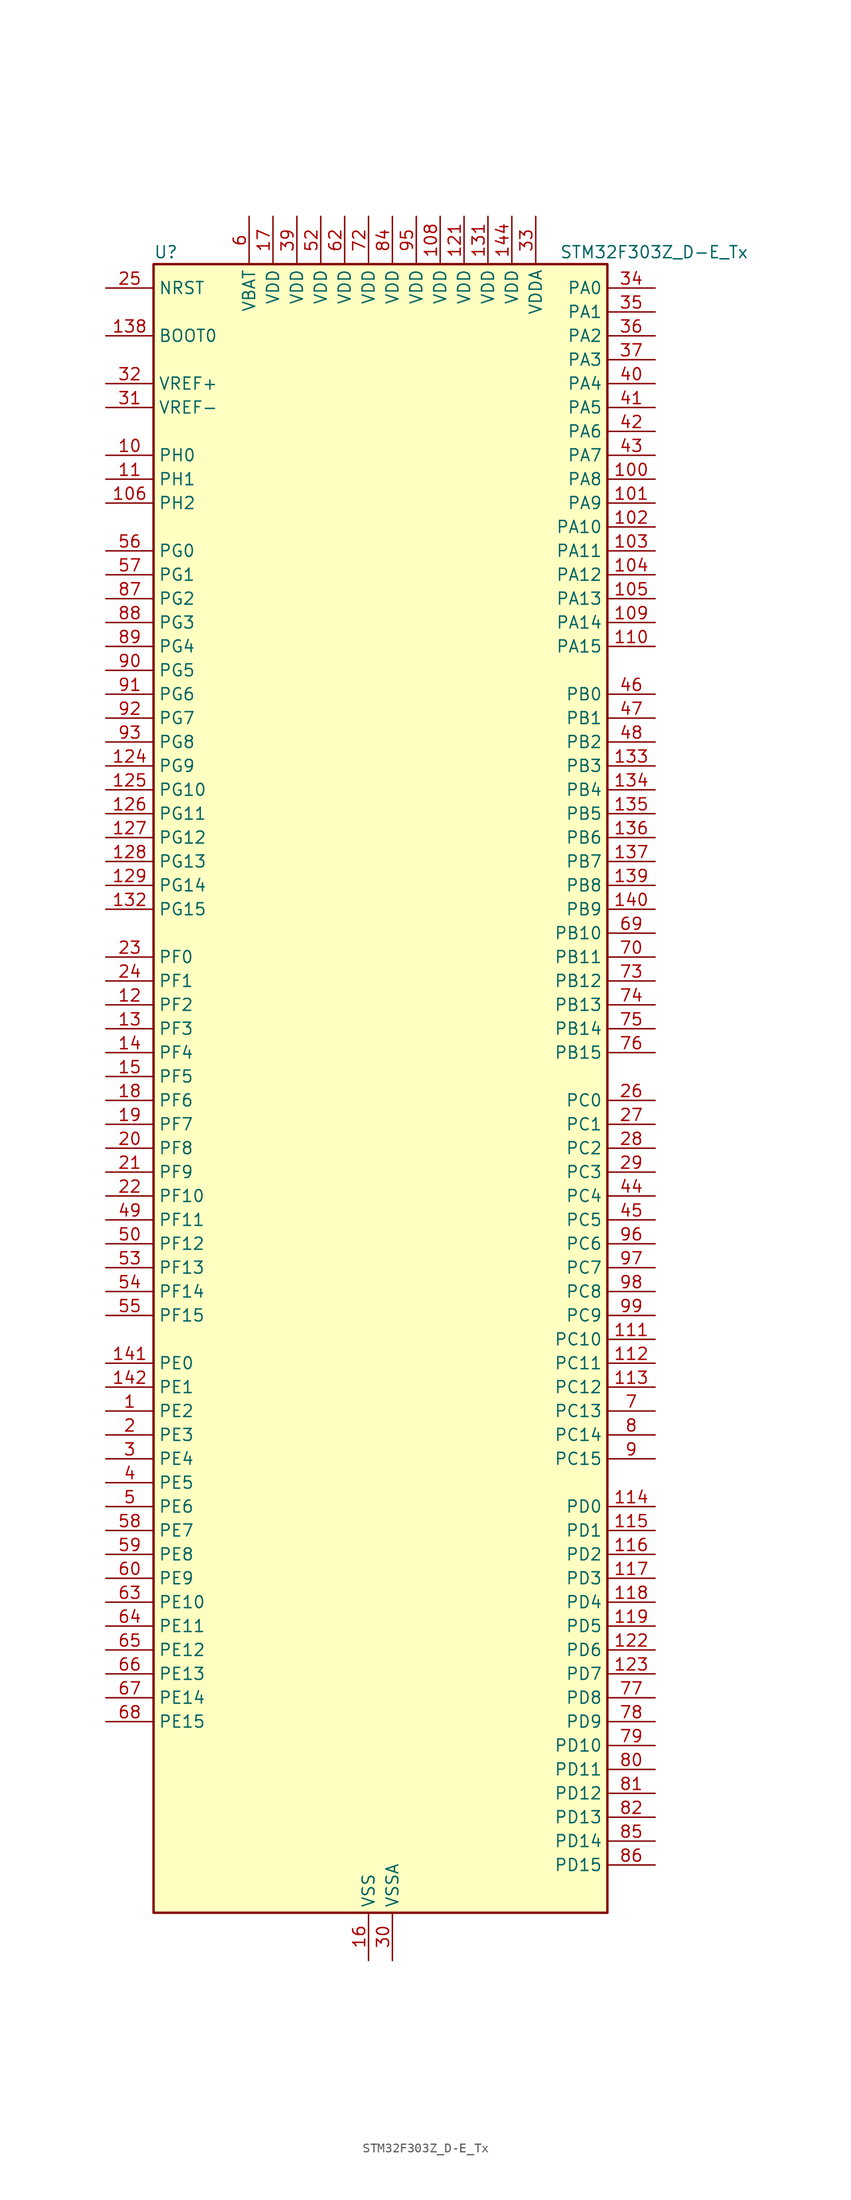
<source format=kicad_sym>
(kicad_symbol_lib
  (version 20220914)
  (generator kicad_symbol_editor)
  (symbol "STM32F303Z_D-E_Tx"
    (property "Reference" "U"
      (at -22.86 90.17 0)
      (effects (font (size 1.27 1.27)) (justify left)))
    (property "Value" "STM32F303Z_D-E_Tx"
      (at 20.32 90.17 0)
      (effects (font (size 1.27 1.27)) (justify left)))
    (property "ki_locked" ""
      (at 0 0 0)
      (effects (font (size 1.27 1.27))))
    (symbol "STM32F303Z_D-E_Tx_0_1"
      (rectangle (start -22.86 -86.36) (end 25.4 88.9) (stroke (width 0.254) (type default)) (fill (type background))))
    (symbol "STM32F303Z_D-E_Tx_1_1"
      (pin bidirectional line (at -27.94 -33.02 0) (length 5.08) (name "PE2" (effects (font (size 1.27 1.27)))) (number "1" (effects (font (size 1.27 1.27)))) (alternate "ADC3_EXTI2" bidirectional line) (alternate "ADC4_EXTI2" bidirectional line) (alternate "FMC_A23" bidirectional line) (alternate "SPI4_SCK" bidirectional line) (alternate "SYS_TRACECK" bidirectional line) (alternate "TIM20_CH1" bidirectional line) (alternate "TIM3_CH1" bidirectional line) (alternate "TSC_G7_IO1" bidirectional line))
      (pin bidirectional line (at -27.94 68.58 0) (length 5.08) (name "PH0" (effects (font (size 1.27 1.27)))) (number "10" (effects (font (size 1.27 1.27)))) (alternate "FMC_A0" bidirectional line) (alternate "TIM20_CH1" bidirectional line))
      (pin bidirectional line (at 30.48 66.04 180) (length 5.08) (name "PA8" (effects (font (size 1.27 1.27)))) (number "100" (effects (font (size 1.27 1.27)))) (alternate "COMP3_OUT" bidirectional line) (alternate "I2C2_SMBA" bidirectional line) (alternate "I2C3_SCL" bidirectional line) (alternate "I2S2_MCK" bidirectional line) (alternate "RCC_MCO" bidirectional line) (alternate "TIM1_CH1" bidirectional line) (alternate "TIM4_ETR" bidirectional line) (alternate "USART1_CK" bidirectional line))
      (pin bidirectional line (at 30.48 63.5 180) (length 5.08) (name "PA9" (effects (font (size 1.27 1.27)))) (number "101" (effects (font (size 1.27 1.27)))) (alternate "COMP5_OUT" bidirectional line) (alternate "DAC1_EXTI9" bidirectional line) (alternate "I2C2_SCL" bidirectional line) (alternate "I2C3_SMBA" bidirectional line) (alternate "I2S3_MCK" bidirectional line) (alternate "TIM15_BKIN" bidirectional line) (alternate "TIM1_CH2" bidirectional line) (alternate "TIM2_CH3" bidirectional line) (alternate "TSC_G4_IO1" bidirectional line) (alternate "USART1_TX" bidirectional line))
      (pin bidirectional line (at 30.48 60.96 180) (length 5.08) (name "PA10" (effects (font (size 1.27 1.27)))) (number "102" (effects (font (size 1.27 1.27)))) (alternate "COMP6_OUT" bidirectional line) (alternate "I2C2_SDA" bidirectional line) (alternate "I2S2_ext_SD" bidirectional line) (alternate "SPI2_MISO" bidirectional line) (alternate "TIM17_BKIN" bidirectional line) (alternate "TIM1_CH3" bidirectional line) (alternate "TIM2_CH4" bidirectional line) (alternate "TIM8_BKIN" bidirectional line) (alternate "TSC_G4_IO2" bidirectional line) (alternate "USART1_RX" bidirectional line))
      (pin bidirectional line (at 30.48 58.42 180) (length 5.08) (name "PA11" (effects (font (size 1.27 1.27)))) (number "103" (effects (font (size 1.27 1.27)))) (alternate "ADC1_EXTI11" bidirectional line) (alternate "ADC2_EXTI11" bidirectional line) (alternate "CAN_RX" bidirectional line) (alternate "COMP1_OUT" bidirectional line) (alternate "I2S2_SD" bidirectional line) (alternate "SPI2_MOSI" bidirectional line) (alternate "TIM1_BKIN2" bidirectional line) (alternate "TIM1_CH1N" bidirectional line) (alternate "TIM1_CH4" bidirectional line) (alternate "TIM4_CH1" bidirectional line) (alternate "USART1_CTS" bidirectional line) (alternate "USB_DM" bidirectional line))
      (pin bidirectional line (at 30.48 55.88 180) (length 5.08) (name "PA12" (effects (font (size 1.27 1.27)))) (number "104" (effects (font (size 1.27 1.27)))) (alternate "CAN_TX" bidirectional line) (alternate "COMP2_OUT" bidirectional line) (alternate "I2S_CKIN" bidirectional line) (alternate "TIM16_CH1" bidirectional line) (alternate "TIM1_CH2N" bidirectional line) (alternate "TIM1_ETR" bidirectional line) (alternate "TIM4_CH2" bidirectional line) (alternate "USART1_DE" bidirectional line) (alternate "USART1_RTS" bidirectional line) (alternate "USB_DP" bidirectional line))
      (pin bidirectional line (at 30.48 53.34 180) (length 5.08) (name "PA13" (effects (font (size 1.27 1.27)))) (number "105" (effects (font (size 1.27 1.27)))) (alternate "IR_OUT" bidirectional line) (alternate "SYS_JTMS-SWDIO" bidirectional line) (alternate "TIM16_CH1N" bidirectional line) (alternate "TIM4_CH3" bidirectional line) (alternate "TSC_G4_IO3" bidirectional line) (alternate "USART3_CTS" bidirectional line))
      (pin bidirectional line (at -27.94 63.5 0) (length 5.08) (name "PH2" (effects (font (size 1.27 1.27)))) (number "106" (effects (font (size 1.27 1.27)))) (alternate "ADC3_EXTI2" bidirectional line) (alternate "ADC4_EXTI2" bidirectional line))
      (pin passive line (at 0 -91.44 90) (length 5.08) hide (name "VSS" (effects (font (size 1.27 1.27)))) (number "107" (effects (font (size 1.27 1.27)))))
      (pin power_in line (at 7.62 93.98 270) (length 5.08) (name "VDD" (effects (font (size 1.27 1.27)))) (number "108" (effects (font (size 1.27 1.27)))))
      (pin bidirectional line (at 30.48 50.8 180) (length 5.08) (name "PA14" (effects (font (size 1.27 1.27)))) (number "109" (effects (font (size 1.27 1.27)))) (alternate "I2C1_SDA" bidirectional line) (alternate "SYS_JTCK-SWCLK" bidirectional line) (alternate "TIM1_BKIN" bidirectional line) (alternate "TIM8_CH2" bidirectional line) (alternate "TSC_G4_IO4" bidirectional line) (alternate "USART2_TX" bidirectional line))
      (pin bidirectional line (at -27.94 66.04 0) (length 5.08) (name "PH1" (effects (font (size 1.27 1.27)))) (number "11" (effects (font (size 1.27 1.27)))) (alternate "FMC_A1" bidirectional line) (alternate "TIM20_CH2" bidirectional line))
      (pin bidirectional line (at 30.48 48.26 180) (length 5.08) (name "PA15" (effects (font (size 1.27 1.27)))) (number "110" (effects (font (size 1.27 1.27)))) (alternate "ADC1_EXTI15" bidirectional line) (alternate "ADC2_EXTI15" bidirectional line) (alternate "ADC3_EXTI15" bidirectional line) (alternate "ADC4_EXTI15" bidirectional line) (alternate "I2C1_SCL" bidirectional line) (alternate "I2S3_WS" bidirectional line) (alternate "SPI1_NSS" bidirectional line) (alternate "SPI3_NSS" bidirectional line) (alternate "SYS_JTDI" bidirectional line) (alternate "TIM1_BKIN" bidirectional line) (alternate "TIM2_CH1" bidirectional line) (alternate "TIM2_ETR" bidirectional line) (alternate "TIM8_CH1" bidirectional line) (alternate "TSC_SYNC" bidirectional line) (alternate "USART2_RX" bidirectional line))
      (pin bidirectional line (at 30.48 -25.4 180) (length 5.08) (name "PC10" (effects (font (size 1.27 1.27)))) (number "111" (effects (font (size 1.27 1.27)))) (alternate "I2S3_CK" bidirectional line) (alternate "SPI3_SCK" bidirectional line) (alternate "TIM8_CH1N" bidirectional line) (alternate "UART4_TX" bidirectional line) (alternate "USART3_TX" bidirectional line))
      (pin bidirectional line (at 30.48 -27.94 180) (length 5.08) (name "PC11" (effects (font (size 1.27 1.27)))) (number "112" (effects (font (size 1.27 1.27)))) (alternate "ADC1_EXTI11" bidirectional line) (alternate "ADC2_EXTI11" bidirectional line) (alternate "I2S3_ext_SD" bidirectional line) (alternate "SPI3_MISO" bidirectional line) (alternate "TIM8_CH2N" bidirectional line) (alternate "UART4_RX" bidirectional line) (alternate "USART3_RX" bidirectional line))
      (pin bidirectional line (at 30.48 -30.48 180) (length 5.08) (name "PC12" (effects (font (size 1.27 1.27)))) (number "113" (effects (font (size 1.27 1.27)))) (alternate "I2S3_SD" bidirectional line) (alternate "SPI3_MOSI" bidirectional line) (alternate "TIM8_CH3N" bidirectional line) (alternate "UART5_TX" bidirectional line) (alternate "USART3_CK" bidirectional line))
      (pin bidirectional line (at 30.48 -43.18 180) (length 5.08) (name "PD0" (effects (font (size 1.27 1.27)))) (number "114" (effects (font (size 1.27 1.27)))) (alternate "CAN_RX" bidirectional line) (alternate "FMC_D2" bidirectional line) (alternate "FMC_DA2" bidirectional line))
      (pin bidirectional line (at 30.48 -45.72 180) (length 5.08) (name "PD1" (effects (font (size 1.27 1.27)))) (number "115" (effects (font (size 1.27 1.27)))) (alternate "CAN_TX" bidirectional line) (alternate "FMC_D3" bidirectional line) (alternate "FMC_DA3" bidirectional line) (alternate "TIM8_BKIN2" bidirectional line) (alternate "TIM8_CH4" bidirectional line))
      (pin bidirectional line (at 30.48 -48.26 180) (length 5.08) (name "PD2" (effects (font (size 1.27 1.27)))) (number "116" (effects (font (size 1.27 1.27)))) (alternate "ADC3_EXTI2" bidirectional line) (alternate "ADC4_EXTI2" bidirectional line) (alternate "TIM3_ETR" bidirectional line) (alternate "TIM8_BKIN" bidirectional line) (alternate "UART5_RX" bidirectional line))
      (pin bidirectional line (at 30.48 -50.8 180) (length 5.08) (name "PD3" (effects (font (size 1.27 1.27)))) (number "117" (effects (font (size 1.27 1.27)))) (alternate "FMC_CLK" bidirectional line) (alternate "TIM2_CH1" bidirectional line) (alternate "TIM2_ETR" bidirectional line) (alternate "USART2_CTS" bidirectional line))
      (pin bidirectional line (at 30.48 -53.34 180) (length 5.08) (name "PD4" (effects (font (size 1.27 1.27)))) (number "118" (effects (font (size 1.27 1.27)))) (alternate "FMC_NOE" bidirectional line) (alternate "TIM2_CH2" bidirectional line) (alternate "USART2_DE" bidirectional line) (alternate "USART2_RTS" bidirectional line))
      (pin bidirectional line (at 30.48 -55.88 180) (length 5.08) (name "PD5" (effects (font (size 1.27 1.27)))) (number "119" (effects (font (size 1.27 1.27)))) (alternate "FMC_NWE" bidirectional line) (alternate "USART2_TX" bidirectional line))
      (pin bidirectional line (at -27.94 10.16 0) (length 5.08) (name "PF2" (effects (font (size 1.27 1.27)))) (number "12" (effects (font (size 1.27 1.27)))) (alternate "ADC1_IN10" bidirectional line) (alternate "ADC2_IN10" bidirectional line) (alternate "ADC3_EXTI2" bidirectional line) (alternate "ADC4_EXTI2" bidirectional line) (alternate "FMC_A2" bidirectional line) (alternate "TIM20_CH3" bidirectional line))
      (pin passive line (at 0 -91.44 90) (length 5.08) hide (name "VSS" (effects (font (size 1.27 1.27)))) (number "120" (effects (font (size 1.27 1.27)))))
      (pin power_in line (at 10.16 93.98 270) (length 5.08) (name "VDD" (effects (font (size 1.27 1.27)))) (number "121" (effects (font (size 1.27 1.27)))))
      (pin bidirectional line (at 30.48 -58.42 180) (length 5.08) (name "PD6" (effects (font (size 1.27 1.27)))) (number "122" (effects (font (size 1.27 1.27)))) (alternate "FMC_NWAIT" bidirectional line) (alternate "TIM2_CH4" bidirectional line) (alternate "USART2_RX" bidirectional line))
      (pin bidirectional line (at 30.48 -60.96 180) (length 5.08) (name "PD7" (effects (font (size 1.27 1.27)))) (number "123" (effects (font (size 1.27 1.27)))) (alternate "FMC_NCE2" bidirectional line) (alternate "FMC_NE1" bidirectional line) (alternate "TIM2_CH3" bidirectional line) (alternate "USART2_CK" bidirectional line))
      (pin bidirectional line (at -27.94 35.56 0) (length 5.08) (name "PG9" (effects (font (size 1.27 1.27)))) (number "124" (effects (font (size 1.27 1.27)))) (alternate "DAC1_EXTI9" bidirectional line) (alternate "FMC_NCE3" bidirectional line) (alternate "FMC_NE2" bidirectional line))
      (pin bidirectional line (at -27.94 33.02 0) (length 5.08) (name "PG10" (effects (font (size 1.27 1.27)))) (number "125" (effects (font (size 1.27 1.27)))) (alternate "FMC_NCE4_1" bidirectional line) (alternate "FMC_NE3" bidirectional line))
      (pin bidirectional line (at -27.94 30.48 0) (length 5.08) (name "PG11" (effects (font (size 1.27 1.27)))) (number "126" (effects (font (size 1.27 1.27)))) (alternate "ADC1_EXTI11" bidirectional line) (alternate "ADC2_EXTI11" bidirectional line) (alternate "FMC_NCE4_2" bidirectional line))
      (pin bidirectional line (at -27.94 27.94 0) (length 5.08) (name "PG12" (effects (font (size 1.27 1.27)))) (number "127" (effects (font (size 1.27 1.27)))) (alternate "FMC_NE4" bidirectional line))
      (pin bidirectional line (at -27.94 25.4 0) (length 5.08) (name "PG13" (effects (font (size 1.27 1.27)))) (number "128" (effects (font (size 1.27 1.27)))) (alternate "FMC_A24" bidirectional line))
      (pin bidirectional line (at -27.94 22.86 0) (length 5.08) (name "PG14" (effects (font (size 1.27 1.27)))) (number "129" (effects (font (size 1.27 1.27)))) (alternate "FMC_A25" bidirectional line))
      (pin bidirectional line (at -27.94 7.62 0) (length 5.08) (name "PF3" (effects (font (size 1.27 1.27)))) (number "13" (effects (font (size 1.27 1.27)))) (alternate "FMC_A3" bidirectional line) (alternate "TIM20_CH4" bidirectional line))
      (pin passive line (at 0 -91.44 90) (length 5.08) hide (name "VSS" (effects (font (size 1.27 1.27)))) (number "130" (effects (font (size 1.27 1.27)))))
      (pin power_in line (at 12.7 93.98 270) (length 5.08) (name "VDD" (effects (font (size 1.27 1.27)))) (number "131" (effects (font (size 1.27 1.27)))))
      (pin bidirectional line (at -27.94 20.32 0) (length 5.08) (name "PG15" (effects (font (size 1.27 1.27)))) (number "132" (effects (font (size 1.27 1.27)))) (alternate "ADC1_EXTI15" bidirectional line) (alternate "ADC2_EXTI15" bidirectional line) (alternate "ADC3_EXTI15" bidirectional line) (alternate "ADC4_EXTI15" bidirectional line))
      (pin bidirectional line (at 30.48 35.56 180) (length 5.08) (name "PB3" (effects (font (size 1.27 1.27)))) (number "133" (effects (font (size 1.27 1.27)))) (alternate "I2S3_CK" bidirectional line) (alternate "SPI1_SCK" bidirectional line) (alternate "SPI3_SCK" bidirectional line) (alternate "SYS_JTDO-TRACESWO" bidirectional line) (alternate "TIM2_CH2" bidirectional line) (alternate "TIM3_ETR" bidirectional line) (alternate "TIM4_ETR" bidirectional line) (alternate "TIM8_CH1N" bidirectional line) (alternate "TSC_G5_IO1" bidirectional line) (alternate "USART2_TX" bidirectional line))
      (pin bidirectional line (at 30.48 33.02 180) (length 5.08) (name "PB4" (effects (font (size 1.27 1.27)))) (number "134" (effects (font (size 1.27 1.27)))) (alternate "I2S3_ext_SD" bidirectional line) (alternate "SPI1_MISO" bidirectional line) (alternate "SPI3_MISO" bidirectional line) (alternate "SYS_NJTRST" bidirectional line) (alternate "TIM16_CH1" bidirectional line) (alternate "TIM17_BKIN" bidirectional line) (alternate "TIM3_CH1" bidirectional line) (alternate "TIM8_CH2N" bidirectional line) (alternate "TSC_G5_IO2" bidirectional line) (alternate "USART2_RX" bidirectional line))
      (pin bidirectional line (at 30.48 30.48 180) (length 5.08) (name "PB5" (effects (font (size 1.27 1.27)))) (number "135" (effects (font (size 1.27 1.27)))) (alternate "I2C1_SMBA" bidirectional line) (alternate "I2C3_SDA" bidirectional line) (alternate "I2S3_SD" bidirectional line) (alternate "SPI1_MOSI" bidirectional line) (alternate "SPI3_MOSI" bidirectional line) (alternate "TIM16_BKIN" bidirectional line) (alternate "TIM17_CH1" bidirectional line) (alternate "TIM3_CH2" bidirectional line) (alternate "TIM8_CH3N" bidirectional line) (alternate "USART2_CK" bidirectional line))
      (pin bidirectional line (at 30.48 27.94 180) (length 5.08) (name "PB6" (effects (font (size 1.27 1.27)))) (number "136" (effects (font (size 1.27 1.27)))) (alternate "I2C1_SCL" bidirectional line) (alternate "TIM16_CH1N" bidirectional line) (alternate "TIM4_CH1" bidirectional line) (alternate "TIM8_BKIN2" bidirectional line) (alternate "TIM8_CH1" bidirectional line) (alternate "TIM8_ETR" bidirectional line) (alternate "TSC_G5_IO3" bidirectional line) (alternate "USART1_TX" bidirectional line))
      (pin bidirectional line (at 30.48 25.4 180) (length 5.08) (name "PB7" (effects (font (size 1.27 1.27)))) (number "137" (effects (font (size 1.27 1.27)))) (alternate "FMC_NL" bidirectional line) (alternate "I2C1_SDA" bidirectional line) (alternate "TIM17_CH1N" bidirectional line) (alternate "TIM3_CH4" bidirectional line) (alternate "TIM4_CH2" bidirectional line) (alternate "TIM8_BKIN" bidirectional line) (alternate "TSC_G5_IO4" bidirectional line) (alternate "USART1_RX" bidirectional line))
      (pin input line (at -27.94 81.28 0) (length 5.08) (name "BOOT0" (effects (font (size 1.27 1.27)))) (number "138" (effects (font (size 1.27 1.27)))))
      (pin bidirectional line (at 30.48 22.86 180) (length 5.08) (name "PB8" (effects (font (size 1.27 1.27)))) (number "139" (effects (font (size 1.27 1.27)))) (alternate "CAN_RX" bidirectional line) (alternate "COMP1_OUT" bidirectional line) (alternate "I2C1_SCL" bidirectional line) (alternate "TIM16_CH1" bidirectional line) (alternate "TIM1_BKIN" bidirectional line) (alternate "TIM4_CH3" bidirectional line) (alternate "TIM8_CH2" bidirectional line) (alternate "TSC_SYNC" bidirectional line) (alternate "USART3_RX" bidirectional line))
      (pin bidirectional line (at -27.94 5.08 0) (length 5.08) (name "PF4" (effects (font (size 1.27 1.27)))) (number "14" (effects (font (size 1.27 1.27)))) (alternate "ADC1_IN5" bidirectional line) (alternate "COMP1_OUT" bidirectional line) (alternate "FMC_A4" bidirectional line) (alternate "TIM20_CH1N" bidirectional line))
      (pin bidirectional line (at 30.48 20.32 180) (length 5.08) (name "PB9" (effects (font (size 1.27 1.27)))) (number "140" (effects (font (size 1.27 1.27)))) (alternate "CAN_TX" bidirectional line) (alternate "COMP2_OUT" bidirectional line) (alternate "DAC1_EXTI9" bidirectional line) (alternate "I2C1_SDA" bidirectional line) (alternate "IR_OUT" bidirectional line) (alternate "TIM17_CH1" bidirectional line) (alternate "TIM4_CH4" bidirectional line) (alternate "TIM8_CH3" bidirectional line) (alternate "USART3_TX" bidirectional line))
      (pin bidirectional line (at -27.94 -27.94 0) (length 5.08) (name "PE0" (effects (font (size 1.27 1.27)))) (number "141" (effects (font (size 1.27 1.27)))) (alternate "FMC_NBL0" bidirectional line) (alternate "TIM16_CH1" bidirectional line) (alternate "TIM20_ETR" bidirectional line) (alternate "TIM4_ETR" bidirectional line) (alternate "USART1_TX" bidirectional line))
      (pin bidirectional line (at -27.94 -30.48 0) (length 5.08) (name "PE1" (effects (font (size 1.27 1.27)))) (number "142" (effects (font (size 1.27 1.27)))) (alternate "FMC_NBL1" bidirectional line) (alternate "TIM17_CH1" bidirectional line) (alternate "TIM20_CH4" bidirectional line) (alternate "USART1_RX" bidirectional line))
      (pin passive line (at 0 -91.44 90) (length 5.08) hide (name "VSS" (effects (font (size 1.27 1.27)))) (number "143" (effects (font (size 1.27 1.27)))))
      (pin power_in line (at 15.24 93.98 270) (length 5.08) (name "VDD" (effects (font (size 1.27 1.27)))) (number "144" (effects (font (size 1.27 1.27)))))
      (pin bidirectional line (at -27.94 2.54 0) (length 5.08) (name "PF5" (effects (font (size 1.27 1.27)))) (number "15" (effects (font (size 1.27 1.27)))) (alternate "FMC_A5" bidirectional line) (alternate "TIM20_CH2N" bidirectional line))
      (pin power_in line (at 0 -91.44 90) (length 5.08) (name "VSS" (effects (font (size 1.27 1.27)))) (number "16" (effects (font (size 1.27 1.27)))))
      (pin power_in line (at -10.16 93.98 270) (length 5.08) (name "VDD" (effects (font (size 1.27 1.27)))) (number "17" (effects (font (size 1.27 1.27)))))
      (pin bidirectional line (at -27.94 0 0) (length 5.08) (name "PF6" (effects (font (size 1.27 1.27)))) (number "18" (effects (font (size 1.27 1.27)))) (alternate "FMC_NIORD" bidirectional line) (alternate "I2C2_SCL" bidirectional line) (alternate "TIM4_CH4" bidirectional line) (alternate "USART3_DE" bidirectional line) (alternate "USART3_RTS" bidirectional line))
      (pin bidirectional line (at -27.94 -2.54 0) (length 5.08) (name "PF7" (effects (font (size 1.27 1.27)))) (number "19" (effects (font (size 1.27 1.27)))) (alternate "FMC_NREG" bidirectional line) (alternate "TIM20_BKIN" bidirectional line))
      (pin bidirectional line (at -27.94 -35.56 0) (length 5.08) (name "PE3" (effects (font (size 1.27 1.27)))) (number "2" (effects (font (size 1.27 1.27)))) (alternate "FMC_A19" bidirectional line) (alternate "SPI4_NSS" bidirectional line) (alternate "SYS_TRACED0" bidirectional line) (alternate "TIM20_CH2" bidirectional line) (alternate "TIM3_CH2" bidirectional line) (alternate "TSC_G7_IO2" bidirectional line))
      (pin bidirectional line (at -27.94 -5.08 0) (length 5.08) (name "PF8" (effects (font (size 1.27 1.27)))) (number "20" (effects (font (size 1.27 1.27)))) (alternate "FMC_NIOWR" bidirectional line) (alternate "TIM20_BKIN2" bidirectional line))
      (pin bidirectional line (at -27.94 -7.62 0) (length 5.08) (name "PF9" (effects (font (size 1.27 1.27)))) (number "21" (effects (font (size 1.27 1.27)))) (alternate "DAC1_EXTI9" bidirectional line) (alternate "FMC_CD" bidirectional line) (alternate "SPI2_SCK" bidirectional line) (alternate "TIM15_CH1" bidirectional line) (alternate "TIM20_BKIN" bidirectional line))
      (pin bidirectional line (at -27.94 -10.16 0) (length 5.08) (name "PF10" (effects (font (size 1.27 1.27)))) (number "22" (effects (font (size 1.27 1.27)))) (alternate "FMC_INTR" bidirectional line) (alternate "SPI2_SCK" bidirectional line) (alternate "TIM15_CH2" bidirectional line) (alternate "TIM20_BKIN2" bidirectional line))
      (pin bidirectional line (at -27.94 15.24 0) (length 5.08) (name "PF0" (effects (font (size 1.27 1.27)))) (number "23" (effects (font (size 1.27 1.27)))) (alternate "I2C2_SDA" bidirectional line) (alternate "I2S2_WS" bidirectional line) (alternate "RCC_OSC_IN" bidirectional line) (alternate "SPI2_NSS" bidirectional line) (alternate "TIM1_CH3N" bidirectional line))
      (pin bidirectional line (at -27.94 12.7 0) (length 5.08) (name "PF1" (effects (font (size 1.27 1.27)))) (number "24" (effects (font (size 1.27 1.27)))) (alternate "I2C2_SCL" bidirectional line) (alternate "I2S2_CK" bidirectional line) (alternate "RCC_OSC_OUT" bidirectional line) (alternate "SPI2_SCK" bidirectional line))
      (pin input line (at -27.94 86.36 0) (length 5.08) (name "NRST" (effects (font (size 1.27 1.27)))) (number "25" (effects (font (size 1.27 1.27)))))
      (pin bidirectional line (at 30.48 0 180) (length 5.08) (name "PC0" (effects (font (size 1.27 1.27)))) (number "26" (effects (font (size 1.27 1.27)))) (alternate "ADC1_IN6" bidirectional line) (alternate "ADC2_IN6" bidirectional line) (alternate "COMP7_INM" bidirectional line) (alternate "TIM1_CH1" bidirectional line))
      (pin bidirectional line (at 30.48 -2.54 180) (length 5.08) (name "PC1" (effects (font (size 1.27 1.27)))) (number "27" (effects (font (size 1.27 1.27)))) (alternate "ADC1_IN7" bidirectional line) (alternate "ADC2_IN7" bidirectional line) (alternate "COMP7_INP" bidirectional line) (alternate "TIM1_CH2" bidirectional line))
      (pin bidirectional line (at 30.48 -5.08 180) (length 5.08) (name "PC2" (effects (font (size 1.27 1.27)))) (number "28" (effects (font (size 1.27 1.27)))) (alternate "ADC1_IN8" bidirectional line) (alternate "ADC2_IN8" bidirectional line) (alternate "ADC3_EXTI2" bidirectional line) (alternate "ADC4_EXTI2" bidirectional line) (alternate "COMP7_OUT" bidirectional line) (alternate "TIM1_CH3" bidirectional line))
      (pin bidirectional line (at 30.48 -7.62 180) (length 5.08) (name "PC3" (effects (font (size 1.27 1.27)))) (number "29" (effects (font (size 1.27 1.27)))) (alternate "ADC1_IN9" bidirectional line) (alternate "ADC2_IN9" bidirectional line) (alternate "TIM1_BKIN2" bidirectional line) (alternate "TIM1_CH4" bidirectional line))
      (pin bidirectional line (at -27.94 -38.1 0) (length 5.08) (name "PE4" (effects (font (size 1.27 1.27)))) (number "3" (effects (font (size 1.27 1.27)))) (alternate "FMC_A20" bidirectional line) (alternate "SPI4_NSS" bidirectional line) (alternate "SYS_TRACED1" bidirectional line) (alternate "TIM20_CH1N" bidirectional line) (alternate "TIM3_CH3" bidirectional line) (alternate "TSC_G7_IO3" bidirectional line))
      (pin power_in line (at 2.54 -91.44 90) (length 5.08) (name "VSSA" (effects (font (size 1.27 1.27)))) (number "30" (effects (font (size 1.27 1.27)))))
      (pin input line (at -27.94 73.66 0) (length 5.08) (name "VREF-" (effects (font (size 1.27 1.27)))) (number "31" (effects (font (size 1.27 1.27)))))
      (pin input line (at -27.94 76.2 0) (length 5.08) (name "VREF+" (effects (font (size 1.27 1.27)))) (number "32" (effects (font (size 1.27 1.27)))))
      (pin power_in line (at 17.78 93.98 270) (length 5.08) (name "VDDA" (effects (font (size 1.27 1.27)))) (number "33" (effects (font (size 1.27 1.27)))))
      (pin bidirectional line (at 30.48 86.36 180) (length 5.08) (name "PA0" (effects (font (size 1.27 1.27)))) (number "34" (effects (font (size 1.27 1.27)))) (alternate "ADC1_IN1" bidirectional line) (alternate "COMP1_INM" bidirectional line) (alternate "COMP1_OUT" bidirectional line) (alternate "RTC_TAMP2" bidirectional line) (alternate "SYS_WKUP1" bidirectional line) (alternate "TIM2_CH1" bidirectional line) (alternate "TIM2_ETR" bidirectional line) (alternate "TIM8_BKIN" bidirectional line) (alternate "TIM8_ETR" bidirectional line) (alternate "TSC_G1_IO1" bidirectional line) (alternate "USART2_CTS" bidirectional line))
      (pin bidirectional line (at 30.48 83.82 180) (length 5.08) (name "PA1" (effects (font (size 1.27 1.27)))) (number "35" (effects (font (size 1.27 1.27)))) (alternate "ADC1_IN2" bidirectional line) (alternate "COMP1_INP" bidirectional line) (alternate "OPAMP1_VINP" bidirectional line) (alternate "OPAMP1_VINP_SEC" bidirectional line) (alternate "OPAMP3_VINP" bidirectional line) (alternate "OPAMP3_VINP_SEC" bidirectional line) (alternate "RTC_REFIN" bidirectional line) (alternate "TIM15_CH1N" bidirectional line) (alternate "TIM2_CH2" bidirectional line) (alternate "TSC_G1_IO2" bidirectional line) (alternate "USART2_DE" bidirectional line) (alternate "USART2_RTS" bidirectional line))
      (pin bidirectional line (at 30.48 81.28 180) (length 5.08) (name "PA2" (effects (font (size 1.27 1.27)))) (number "36" (effects (font (size 1.27 1.27)))) (alternate "ADC1_IN3" bidirectional line) (alternate "ADC3_EXTI2" bidirectional line) (alternate "ADC4_EXTI2" bidirectional line) (alternate "COMP2_INM" bidirectional line) (alternate "COMP2_OUT" bidirectional line) (alternate "OPAMP1_VOUT" bidirectional line) (alternate "TIM15_CH1" bidirectional line) (alternate "TIM2_CH3" bidirectional line) (alternate "TSC_G1_IO3" bidirectional line) (alternate "USART2_TX" bidirectional line))
      (pin bidirectional line (at 30.48 78.74 180) (length 5.08) (name "PA3" (effects (font (size 1.27 1.27)))) (number "37" (effects (font (size 1.27 1.27)))) (alternate "ADC1_IN4" bidirectional line) (alternate "OPAMP1_VINM" bidirectional line) (alternate "OPAMP1_VINM_SEC" bidirectional line) (alternate "OPAMP1_VINP" bidirectional line) (alternate "OPAMP1_VINP_SEC" bidirectional line) (alternate "TIM15_CH2" bidirectional line) (alternate "TIM2_CH4" bidirectional line) (alternate "TSC_G1_IO4" bidirectional line) (alternate "USART2_RX" bidirectional line))
      (pin passive line (at 0 -91.44 90) (length 5.08) hide (name "VSS" (effects (font (size 1.27 1.27)))) (number "38" (effects (font (size 1.27 1.27)))))
      (pin power_in line (at -7.62 93.98 270) (length 5.08) (name "VDD" (effects (font (size 1.27 1.27)))) (number "39" (effects (font (size 1.27 1.27)))))
      (pin bidirectional line (at -27.94 -40.64 0) (length 5.08) (name "PE5" (effects (font (size 1.27 1.27)))) (number "4" (effects (font (size 1.27 1.27)))) (alternate "FMC_A21" bidirectional line) (alternate "SPI4_MISO" bidirectional line) (alternate "SYS_TRACED2" bidirectional line) (alternate "TIM20_CH2N" bidirectional line) (alternate "TIM3_CH4" bidirectional line) (alternate "TSC_G7_IO4" bidirectional line))
      (pin bidirectional line (at 30.48 76.2 180) (length 5.08) (name "PA4" (effects (font (size 1.27 1.27)))) (number "40" (effects (font (size 1.27 1.27)))) (alternate "ADC2_IN1" bidirectional line) (alternate "COMP1_INM" bidirectional line) (alternate "COMP2_INM" bidirectional line) (alternate "COMP3_INM" bidirectional line) (alternate "COMP4_INM" bidirectional line) (alternate "COMP5_INM" bidirectional line) (alternate "COMP6_INM" bidirectional line) (alternate "COMP7_INM" bidirectional line) (alternate "DAC1_OUT1" bidirectional line) (alternate "I2S3_WS" bidirectional line) (alternate "OPAMP4_VINP" bidirectional line) (alternate "OPAMP4_VINP_SEC" bidirectional line) (alternate "SPI1_NSS" bidirectional line) (alternate "SPI3_NSS" bidirectional line) (alternate "TIM3_CH2" bidirectional line) (alternate "TSC_G2_IO1" bidirectional line) (alternate "USART2_CK" bidirectional line))
      (pin bidirectional line (at 30.48 73.66 180) (length 5.08) (name "PA5" (effects (font (size 1.27 1.27)))) (number "41" (effects (font (size 1.27 1.27)))) (alternate "ADC2_IN2" bidirectional line) (alternate "COMP1_INM" bidirectional line) (alternate "COMP2_INM" bidirectional line) (alternate "COMP3_INM" bidirectional line) (alternate "COMP4_INM" bidirectional line) (alternate "COMP5_INM" bidirectional line) (alternate "COMP6_INM" bidirectional line) (alternate "COMP7_INM" bidirectional line) (alternate "DAC1_OUT2" bidirectional line) (alternate "OPAMP1_VINP" bidirectional line) (alternate "OPAMP1_VINP_SEC" bidirectional line) (alternate "OPAMP2_VINM" bidirectional line) (alternate "OPAMP2_VINM_SEC" bidirectional line) (alternate "OPAMP3_VINP" bidirectional line) (alternate "OPAMP3_VINP_SEC" bidirectional line) (alternate "SPI1_SCK" bidirectional line) (alternate "TIM2_CH1" bidirectional line) (alternate "TIM2_ETR" bidirectional line) (alternate "TSC_G2_IO2" bidirectional line))
      (pin bidirectional line (at 30.48 71.12 180) (length 5.08) (name "PA6" (effects (font (size 1.27 1.27)))) (number "42" (effects (font (size 1.27 1.27)))) (alternate "ADC2_IN3" bidirectional line) (alternate "COMP1_OUT" bidirectional line) (alternate "OPAMP2_VOUT" bidirectional line) (alternate "SPI1_MISO" bidirectional line) (alternate "TIM16_CH1" bidirectional line) (alternate "TIM1_BKIN" bidirectional line) (alternate "TIM3_CH1" bidirectional line) (alternate "TIM8_BKIN" bidirectional line) (alternate "TSC_G2_IO3" bidirectional line))
      (pin bidirectional line (at 30.48 68.58 180) (length 5.08) (name "PA7" (effects (font (size 1.27 1.27)))) (number "43" (effects (font (size 1.27 1.27)))) (alternate "ADC2_IN4" bidirectional line) (alternate "COMP2_INP" bidirectional line) (alternate "OPAMP1_VINP" bidirectional line) (alternate "OPAMP1_VINP_SEC" bidirectional line) (alternate "OPAMP2_VINP" bidirectional line) (alternate "OPAMP2_VINP_SEC" bidirectional line) (alternate "SPI1_MOSI" bidirectional line) (alternate "TIM17_CH1" bidirectional line) (alternate "TIM1_CH1N" bidirectional line) (alternate "TIM3_CH2" bidirectional line) (alternate "TIM8_CH1N" bidirectional line) (alternate "TSC_G2_IO4" bidirectional line))
      (pin bidirectional line (at 30.48 -10.16 180) (length 5.08) (name "PC4" (effects (font (size 1.27 1.27)))) (number "44" (effects (font (size 1.27 1.27)))) (alternate "ADC2_IN5" bidirectional line) (alternate "TIM1_ETR" bidirectional line) (alternate "USART1_TX" bidirectional line))
      (pin bidirectional line (at 30.48 -12.7 180) (length 5.08) (name "PC5" (effects (font (size 1.27 1.27)))) (number "45" (effects (font (size 1.27 1.27)))) (alternate "ADC2_IN11" bidirectional line) (alternate "OPAMP1_VINM" bidirectional line) (alternate "OPAMP1_VINM_SEC" bidirectional line) (alternate "OPAMP2_VINM" bidirectional line) (alternate "OPAMP2_VINM_SEC" bidirectional line) (alternate "TIM15_BKIN" bidirectional line) (alternate "TSC_G3_IO1" bidirectional line) (alternate "USART1_RX" bidirectional line))
      (pin bidirectional line (at 30.48 43.18 180) (length 5.08) (name "PB0" (effects (font (size 1.27 1.27)))) (number "46" (effects (font (size 1.27 1.27)))) (alternate "ADC3_IN12" bidirectional line) (alternate "COMP4_INP" bidirectional line) (alternate "OPAMP2_VINP" bidirectional line) (alternate "OPAMP2_VINP_SEC" bidirectional line) (alternate "OPAMP3_VINP" bidirectional line) (alternate "OPAMP3_VINP_SEC" bidirectional line) (alternate "TIM1_CH2N" bidirectional line) (alternate "TIM3_CH3" bidirectional line) (alternate "TIM8_CH2N" bidirectional line) (alternate "TSC_G3_IO2" bidirectional line))
      (pin bidirectional line (at 30.48 40.64 180) (length 5.08) (name "PB1" (effects (font (size 1.27 1.27)))) (number "47" (effects (font (size 1.27 1.27)))) (alternate "ADC3_IN1" bidirectional line) (alternate "COMP4_OUT" bidirectional line) (alternate "OPAMP3_VOUT" bidirectional line) (alternate "TIM1_CH3N" bidirectional line) (alternate "TIM3_CH4" bidirectional line) (alternate "TIM8_CH3N" bidirectional line) (alternate "TSC_G3_IO3" bidirectional line))
      (pin bidirectional line (at 30.48 38.1 180) (length 5.08) (name "PB2" (effects (font (size 1.27 1.27)))) (number "48" (effects (font (size 1.27 1.27)))) (alternate "ADC2_IN12" bidirectional line) (alternate "ADC3_EXTI2" bidirectional line) (alternate "ADC4_EXTI2" bidirectional line) (alternate "COMP4_INM" bidirectional line) (alternate "OPAMP3_VINM" bidirectional line) (alternate "OPAMP3_VINM_SEC" bidirectional line) (alternate "TSC_G3_IO4" bidirectional line))
      (pin bidirectional line (at -27.94 -12.7 0) (length 5.08) (name "PF11" (effects (font (size 1.27 1.27)))) (number "49" (effects (font (size 1.27 1.27)))) (alternate "ADC1_EXTI11" bidirectional line) (alternate "ADC2_EXTI11" bidirectional line) (alternate "TIM20_ETR" bidirectional line))
      (pin bidirectional line (at -27.94 -43.18 0) (length 5.08) (name "PE6" (effects (font (size 1.27 1.27)))) (number "5" (effects (font (size 1.27 1.27)))) (alternate "FMC_A22" bidirectional line) (alternate "RTC_TAMP3" bidirectional line) (alternate "SPI4_MOSI" bidirectional line) (alternate "SYS_TRACED3" bidirectional line) (alternate "SYS_WKUP3" bidirectional line) (alternate "TIM20_CH3N" bidirectional line))
      (pin bidirectional line (at -27.94 -15.24 0) (length 5.08) (name "PF12" (effects (font (size 1.27 1.27)))) (number "50" (effects (font (size 1.27 1.27)))) (alternate "FMC_A6" bidirectional line) (alternate "TIM20_CH1" bidirectional line))
      (pin passive line (at 0 -91.44 90) (length 5.08) hide (name "VSS" (effects (font (size 1.27 1.27)))) (number "51" (effects (font (size 1.27 1.27)))))
      (pin power_in line (at -5.08 93.98 270) (length 5.08) (name "VDD" (effects (font (size 1.27 1.27)))) (number "52" (effects (font (size 1.27 1.27)))))
      (pin bidirectional line (at -27.94 -17.78 0) (length 5.08) (name "PF13" (effects (font (size 1.27 1.27)))) (number "53" (effects (font (size 1.27 1.27)))) (alternate "FMC_A7" bidirectional line) (alternate "TIM20_CH2" bidirectional line))
      (pin bidirectional line (at -27.94 -20.32 0) (length 5.08) (name "PF14" (effects (font (size 1.27 1.27)))) (number "54" (effects (font (size 1.27 1.27)))) (alternate "FMC_A8" bidirectional line) (alternate "TIM20_CH3" bidirectional line))
      (pin bidirectional line (at -27.94 -22.86 0) (length 5.08) (name "PF15" (effects (font (size 1.27 1.27)))) (number "55" (effects (font (size 1.27 1.27)))) (alternate "ADC1_EXTI15" bidirectional line) (alternate "ADC2_EXTI15" bidirectional line) (alternate "ADC3_EXTI15" bidirectional line) (alternate "ADC4_EXTI15" bidirectional line) (alternate "FMC_A9" bidirectional line) (alternate "TIM20_CH4" bidirectional line))
      (pin bidirectional line (at -27.94 58.42 0) (length 5.08) (name "PG0" (effects (font (size 1.27 1.27)))) (number "56" (effects (font (size 1.27 1.27)))) (alternate "FMC_A10" bidirectional line) (alternate "TIM20_CH1N" bidirectional line))
      (pin bidirectional line (at -27.94 55.88 0) (length 5.08) (name "PG1" (effects (font (size 1.27 1.27)))) (number "57" (effects (font (size 1.27 1.27)))) (alternate "FMC_A11" bidirectional line) (alternate "TIM20_CH2N" bidirectional line))
      (pin bidirectional line (at -27.94 -45.72 0) (length 5.08) (name "PE7" (effects (font (size 1.27 1.27)))) (number "58" (effects (font (size 1.27 1.27)))) (alternate "ADC3_IN13" bidirectional line) (alternate "FMC_D4" bidirectional line) (alternate "FMC_DA4" bidirectional line) (alternate "TIM1_ETR" bidirectional line))
      (pin bidirectional line (at -27.94 -48.26 0) (length 5.08) (name "PE8" (effects (font (size 1.27 1.27)))) (number "59" (effects (font (size 1.27 1.27)))) (alternate "ADC3_IN6" bidirectional line) (alternate "ADC4_IN6" bidirectional line) (alternate "COMP4_INM" bidirectional line) (alternate "FMC_D5" bidirectional line) (alternate "FMC_DA5" bidirectional line) (alternate "TIM1_CH1N" bidirectional line))
      (pin power_in line (at -12.7 93.98 270) (length 5.08) (name "VBAT" (effects (font (size 1.27 1.27)))) (number "6" (effects (font (size 1.27 1.27)))))
      (pin bidirectional line (at -27.94 -50.8 0) (length 5.08) (name "PE9" (effects (font (size 1.27 1.27)))) (number "60" (effects (font (size 1.27 1.27)))) (alternate "ADC3_IN2" bidirectional line) (alternate "DAC1_EXTI9" bidirectional line) (alternate "FMC_D6" bidirectional line) (alternate "FMC_DA6" bidirectional line) (alternate "TIM1_CH1" bidirectional line))
      (pin passive line (at 0 -91.44 90) (length 5.08) hide (name "VSS" (effects (font (size 1.27 1.27)))) (number "61" (effects (font (size 1.27 1.27)))))
      (pin power_in line (at -2.54 93.98 270) (length 5.08) (name "VDD" (effects (font (size 1.27 1.27)))) (number "62" (effects (font (size 1.27 1.27)))))
      (pin bidirectional line (at -27.94 -53.34 0) (length 5.08) (name "PE10" (effects (font (size 1.27 1.27)))) (number "63" (effects (font (size 1.27 1.27)))) (alternate "ADC3_IN14" bidirectional line) (alternate "FMC_D7" bidirectional line) (alternate "FMC_DA7" bidirectional line) (alternate "TIM1_CH2N" bidirectional line))
      (pin bidirectional line (at -27.94 -55.88 0) (length 5.08) (name "PE11" (effects (font (size 1.27 1.27)))) (number "64" (effects (font (size 1.27 1.27)))) (alternate "ADC1_EXTI11" bidirectional line) (alternate "ADC2_EXTI11" bidirectional line) (alternate "ADC3_IN15" bidirectional line) (alternate "FMC_D8" bidirectional line) (alternate "FMC_DA8" bidirectional line) (alternate "SPI4_NSS" bidirectional line) (alternate "TIM1_CH2" bidirectional line))
      (pin bidirectional line (at -27.94 -58.42 0) (length 5.08) (name "PE12" (effects (font (size 1.27 1.27)))) (number "65" (effects (font (size 1.27 1.27)))) (alternate "ADC3_IN16" bidirectional line) (alternate "FMC_D9" bidirectional line) (alternate "FMC_DA9" bidirectional line) (alternate "SPI4_SCK" bidirectional line) (alternate "TIM1_CH3N" bidirectional line))
      (pin bidirectional line (at -27.94 -60.96 0) (length 5.08) (name "PE13" (effects (font (size 1.27 1.27)))) (number "66" (effects (font (size 1.27 1.27)))) (alternate "ADC3_IN3" bidirectional line) (alternate "FMC_D10" bidirectional line) (alternate "FMC_DA10" bidirectional line) (alternate "SPI4_MISO" bidirectional line) (alternate "TIM1_CH3" bidirectional line))
      (pin bidirectional line (at -27.94 -63.5 0) (length 5.08) (name "PE14" (effects (font (size 1.27 1.27)))) (number "67" (effects (font (size 1.27 1.27)))) (alternate "ADC4_IN1" bidirectional line) (alternate "FMC_D11" bidirectional line) (alternate "FMC_DA11" bidirectional line) (alternate "SPI4_MOSI" bidirectional line) (alternate "TIM1_BKIN2" bidirectional line) (alternate "TIM1_CH4" bidirectional line))
      (pin bidirectional line (at -27.94 -66.04 0) (length 5.08) (name "PE15" (effects (font (size 1.27 1.27)))) (number "68" (effects (font (size 1.27 1.27)))) (alternate "ADC1_EXTI15" bidirectional line) (alternate "ADC2_EXTI15" bidirectional line) (alternate "ADC3_EXTI15" bidirectional line) (alternate "ADC4_EXTI15" bidirectional line) (alternate "ADC4_IN2" bidirectional line) (alternate "FMC_D12" bidirectional line) (alternate "FMC_DA12" bidirectional line) (alternate "TIM1_BKIN" bidirectional line) (alternate "USART3_RX" bidirectional line))
      (pin bidirectional line (at 30.48 17.78 180) (length 5.08) (name "PB10" (effects (font (size 1.27 1.27)))) (number "69" (effects (font (size 1.27 1.27)))) (alternate "COMP5_INM" bidirectional line) (alternate "OPAMP3_VINM" bidirectional line) (alternate "OPAMP3_VINM_SEC" bidirectional line) (alternate "OPAMP4_VINM" bidirectional line) (alternate "OPAMP4_VINM_SEC" bidirectional line) (alternate "TIM2_CH3" bidirectional line) (alternate "TSC_SYNC" bidirectional line) (alternate "USART3_TX" bidirectional line))
      (pin bidirectional line (at 30.48 -33.02 180) (length 5.08) (name "PC13" (effects (font (size 1.27 1.27)))) (number "7" (effects (font (size 1.27 1.27)))) (alternate "RTC_OUT_ALARM" bidirectional line) (alternate "RTC_OUT_CALIB" bidirectional line) (alternate "RTC_TAMP1" bidirectional line) (alternate "RTC_TS" bidirectional line) (alternate "SYS_WKUP2" bidirectional line) (alternate "TIM1_CH1N" bidirectional line))
      (pin bidirectional line (at 30.48 15.24 180) (length 5.08) (name "PB11" (effects (font (size 1.27 1.27)))) (number "70" (effects (font (size 1.27 1.27)))) (alternate "ADC1_EXTI11" bidirectional line) (alternate "ADC1_IN14" bidirectional line) (alternate "ADC2_EXTI11" bidirectional line) (alternate "ADC2_IN14" bidirectional line) (alternate "COMP6_INP" bidirectional line) (alternate "OPAMP4_VINP" bidirectional line) (alternate "OPAMP4_VINP_SEC" bidirectional line) (alternate "TIM2_CH4" bidirectional line) (alternate "TSC_G6_IO1" bidirectional line) (alternate "USART3_RX" bidirectional line))
      (pin passive line (at 0 -91.44 90) (length 5.08) hide (name "VSS" (effects (font (size 1.27 1.27)))) (number "71" (effects (font (size 1.27 1.27)))))
      (pin power_in line (at 0 93.98 270) (length 5.08) (name "VDD" (effects (font (size 1.27 1.27)))) (number "72" (effects (font (size 1.27 1.27)))))
      (pin bidirectional line (at 30.48 12.7 180) (length 5.08) (name "PB12" (effects (font (size 1.27 1.27)))) (number "73" (effects (font (size 1.27 1.27)))) (alternate "ADC4_IN3" bidirectional line) (alternate "COMP3_INM" bidirectional line) (alternate "I2C2_SMBA" bidirectional line) (alternate "I2S2_WS" bidirectional line) (alternate "OPAMP4_VOUT" bidirectional line) (alternate "SPI2_NSS" bidirectional line) (alternate "TIM1_BKIN" bidirectional line) (alternate "TSC_G6_IO2" bidirectional line) (alternate "USART3_CK" bidirectional line))
      (pin bidirectional line (at 30.48 10.16 180) (length 5.08) (name "PB13" (effects (font (size 1.27 1.27)))) (number "74" (effects (font (size 1.27 1.27)))) (alternate "ADC3_IN5" bidirectional line) (alternate "COMP5_INP" bidirectional line) (alternate "I2S2_CK" bidirectional line) (alternate "OPAMP3_VINP" bidirectional line) (alternate "OPAMP3_VINP_SEC" bidirectional line) (alternate "OPAMP4_VINP" bidirectional line) (alternate "OPAMP4_VINP_SEC" bidirectional line) (alternate "SPI2_SCK" bidirectional line) (alternate "TIM1_CH1N" bidirectional line) (alternate "TSC_G6_IO3" bidirectional line) (alternate "USART3_CTS" bidirectional line))
      (pin bidirectional line (at 30.48 7.62 180) (length 5.08) (name "PB14" (effects (font (size 1.27 1.27)))) (number "75" (effects (font (size 1.27 1.27)))) (alternate "ADC4_IN4" bidirectional line) (alternate "COMP3_INP" bidirectional line) (alternate "I2S2_ext_SD" bidirectional line) (alternate "OPAMP2_VINP" bidirectional line) (alternate "OPAMP2_VINP_SEC" bidirectional line) (alternate "SPI2_MISO" bidirectional line) (alternate "TIM15_CH1" bidirectional line) (alternate "TIM1_CH2N" bidirectional line) (alternate "TSC_G6_IO4" bidirectional line) (alternate "USART3_DE" bidirectional line) (alternate "USART3_RTS" bidirectional line))
      (pin bidirectional line (at 30.48 5.08 180) (length 5.08) (name "PB15" (effects (font (size 1.27 1.27)))) (number "76" (effects (font (size 1.27 1.27)))) (alternate "ADC1_EXTI15" bidirectional line) (alternate "ADC2_EXTI15" bidirectional line) (alternate "ADC3_EXTI15" bidirectional line) (alternate "ADC4_EXTI15" bidirectional line) (alternate "ADC4_IN5" bidirectional line) (alternate "COMP6_INM" bidirectional line) (alternate "I2S2_SD" bidirectional line) (alternate "RTC_REFIN" bidirectional line) (alternate "SPI2_MOSI" bidirectional line) (alternate "TIM15_CH1N" bidirectional line) (alternate "TIM15_CH2" bidirectional line) (alternate "TIM1_CH3N" bidirectional line))
      (pin bidirectional line (at 30.48 -63.5 180) (length 5.08) (name "PD8" (effects (font (size 1.27 1.27)))) (number "77" (effects (font (size 1.27 1.27)))) (alternate "ADC4_IN12" bidirectional line) (alternate "FMC_D13" bidirectional line) (alternate "FMC_DA13" bidirectional line) (alternate "OPAMP4_VINM" bidirectional line) (alternate "OPAMP4_VINM_SEC" bidirectional line) (alternate "USART3_TX" bidirectional line))
      (pin bidirectional line (at 30.48 -66.04 180) (length 5.08) (name "PD9" (effects (font (size 1.27 1.27)))) (number "78" (effects (font (size 1.27 1.27)))) (alternate "ADC4_IN13" bidirectional line) (alternate "DAC1_EXTI9" bidirectional line) (alternate "FMC_D14" bidirectional line) (alternate "FMC_DA14" bidirectional line) (alternate "USART3_RX" bidirectional line))
      (pin bidirectional line (at 30.48 -68.58 180) (length 5.08) (name "PD10" (effects (font (size 1.27 1.27)))) (number "79" (effects (font (size 1.27 1.27)))) (alternate "ADC3_IN7" bidirectional line) (alternate "ADC4_IN7" bidirectional line) (alternate "COMP6_INM" bidirectional line) (alternate "FMC_D15" bidirectional line) (alternate "FMC_DA15" bidirectional line) (alternate "USART3_CK" bidirectional line))
      (pin bidirectional line (at 30.48 -35.56 180) (length 5.08) (name "PC14" (effects (font (size 1.27 1.27)))) (number "8" (effects (font (size 1.27 1.27)))) (alternate "RCC_OSC32_IN" bidirectional line))
      (pin bidirectional line (at 30.48 -71.12 180) (length 5.08) (name "PD11" (effects (font (size 1.27 1.27)))) (number "80" (effects (font (size 1.27 1.27)))) (alternate "ADC1_EXTI11" bidirectional line) (alternate "ADC2_EXTI11" bidirectional line) (alternate "ADC3_IN8" bidirectional line) (alternate "ADC4_IN8" bidirectional line) (alternate "FMC_A16" bidirectional line) (alternate "FMC_CLE" bidirectional line) (alternate "OPAMP4_VINP" bidirectional line) (alternate "OPAMP4_VINP_SEC" bidirectional line) (alternate "USART3_CTS" bidirectional line))
      (pin bidirectional line (at 30.48 -73.66 180) (length 5.08) (name "PD12" (effects (font (size 1.27 1.27)))) (number "81" (effects (font (size 1.27 1.27)))) (alternate "ADC3_IN9" bidirectional line) (alternate "ADC4_IN9" bidirectional line) (alternate "FMC_A17" bidirectional line) (alternate "FMC_ALE" bidirectional line) (alternate "TIM4_CH1" bidirectional line) (alternate "TSC_G8_IO1" bidirectional line) (alternate "USART3_DE" bidirectional line) (alternate "USART3_RTS" bidirectional line))
      (pin bidirectional line (at 30.48 -76.2 180) (length 5.08) (name "PD13" (effects (font (size 1.27 1.27)))) (number "82" (effects (font (size 1.27 1.27)))) (alternate "ADC3_IN10" bidirectional line) (alternate "ADC4_IN10" bidirectional line) (alternate "COMP5_INM" bidirectional line) (alternate "FMC_A18" bidirectional line) (alternate "TIM4_CH2" bidirectional line) (alternate "TSC_G8_IO2" bidirectional line))
      (pin passive line (at 0 -91.44 90) (length 5.08) hide (name "VSS" (effects (font (size 1.27 1.27)))) (number "83" (effects (font (size 1.27 1.27)))))
      (pin power_in line (at 2.54 93.98 270) (length 5.08) (name "VDD" (effects (font (size 1.27 1.27)))) (number "84" (effects (font (size 1.27 1.27)))))
      (pin bidirectional line (at 30.48 -78.74 180) (length 5.08) (name "PD14" (effects (font (size 1.27 1.27)))) (number "85" (effects (font (size 1.27 1.27)))) (alternate "ADC3_IN11" bidirectional line) (alternate "ADC4_IN11" bidirectional line) (alternate "FMC_D0" bidirectional line) (alternate "FMC_DA0" bidirectional line) (alternate "OPAMP2_VINP" bidirectional line) (alternate "OPAMP2_VINP_SEC" bidirectional line) (alternate "TIM4_CH3" bidirectional line) (alternate "TSC_G8_IO3" bidirectional line))
      (pin bidirectional line (at 30.48 -81.28 180) (length 5.08) (name "PD15" (effects (font (size 1.27 1.27)))) (number "86" (effects (font (size 1.27 1.27)))) (alternate "ADC1_EXTI15" bidirectional line) (alternate "ADC2_EXTI15" bidirectional line) (alternate "ADC3_EXTI15" bidirectional line) (alternate "ADC4_EXTI15" bidirectional line) (alternate "COMP3_INM" bidirectional line) (alternate "FMC_D1" bidirectional line) (alternate "FMC_DA1" bidirectional line) (alternate "SPI2_NSS" bidirectional line) (alternate "TIM4_CH4" bidirectional line) (alternate "TSC_G8_IO4" bidirectional line))
      (pin bidirectional line (at -27.94 53.34 0) (length 5.08) (name "PG2" (effects (font (size 1.27 1.27)))) (number "87" (effects (font (size 1.27 1.27)))) (alternate "ADC3_EXTI2" bidirectional line) (alternate "ADC4_EXTI2" bidirectional line) (alternate "FMC_A12" bidirectional line) (alternate "TIM20_CH3N" bidirectional line))
      (pin bidirectional line (at -27.94 50.8 0) (length 5.08) (name "PG3" (effects (font (size 1.27 1.27)))) (number "88" (effects (font (size 1.27 1.27)))) (alternate "FMC_A13" bidirectional line) (alternate "TIM20_BKIN" bidirectional line))
      (pin bidirectional line (at -27.94 48.26 0) (length 5.08) (name "PG4" (effects (font (size 1.27 1.27)))) (number "89" (effects (font (size 1.27 1.27)))) (alternate "FMC_A14" bidirectional line) (alternate "TIM20_BKIN2" bidirectional line))
      (pin bidirectional line (at 30.48 -38.1 180) (length 5.08) (name "PC15" (effects (font (size 1.27 1.27)))) (number "9" (effects (font (size 1.27 1.27)))) (alternate "ADC1_EXTI15" bidirectional line) (alternate "ADC2_EXTI15" bidirectional line) (alternate "ADC3_EXTI15" bidirectional line) (alternate "ADC4_EXTI15" bidirectional line) (alternate "RCC_OSC32_OUT" bidirectional line))
      (pin bidirectional line (at -27.94 45.72 0) (length 5.08) (name "PG5" (effects (font (size 1.27 1.27)))) (number "90" (effects (font (size 1.27 1.27)))) (alternate "FMC_A15" bidirectional line) (alternate "TIM20_ETR" bidirectional line))
      (pin bidirectional line (at -27.94 43.18 0) (length 5.08) (name "PG6" (effects (font (size 1.27 1.27)))) (number "91" (effects (font (size 1.27 1.27)))) (alternate "FMC_INT2" bidirectional line))
      (pin bidirectional line (at -27.94 40.64 0) (length 5.08) (name "PG7" (effects (font (size 1.27 1.27)))) (number "92" (effects (font (size 1.27 1.27)))) (alternate "FMC_INT3" bidirectional line))
      (pin bidirectional line (at -27.94 38.1 0) (length 5.08) (name "PG8" (effects (font (size 1.27 1.27)))) (number "93" (effects (font (size 1.27 1.27)))))
      (pin passive line (at 0 -91.44 90) (length 5.08) hide (name "VSS" (effects (font (size 1.27 1.27)))) (number "94" (effects (font (size 1.27 1.27)))))
      (pin power_in line (at 5.08 93.98 270) (length 5.08) (name "VDD" (effects (font (size 1.27 1.27)))) (number "95" (effects (font (size 1.27 1.27)))))
      (pin bidirectional line (at 30.48 -15.24 180) (length 5.08) (name "PC6" (effects (font (size 1.27 1.27)))) (number "96" (effects (font (size 1.27 1.27)))) (alternate "COMP6_OUT" bidirectional line) (alternate "I2S2_MCK" bidirectional line) (alternate "TIM3_CH1" bidirectional line) (alternate "TIM8_CH1" bidirectional line))
      (pin bidirectional line (at 30.48 -17.78 180) (length 5.08) (name "PC7" (effects (font (size 1.27 1.27)))) (number "97" (effects (font (size 1.27 1.27)))) (alternate "COMP5_OUT" bidirectional line) (alternate "I2S3_MCK" bidirectional line) (alternate "TIM3_CH2" bidirectional line) (alternate "TIM8_CH2" bidirectional line))
      (pin bidirectional line (at 30.48 -20.32 180) (length 5.08) (name "PC8" (effects (font (size 1.27 1.27)))) (number "98" (effects (font (size 1.27 1.27)))) (alternate "COMP3_OUT" bidirectional line) (alternate "TIM3_CH3" bidirectional line) (alternate "TIM8_CH3" bidirectional line))
      (pin bidirectional line (at 30.48 -22.86 180) (length 5.08) (name "PC9" (effects (font (size 1.27 1.27)))) (number "99" (effects (font (size 1.27 1.27)))) (alternate "DAC1_EXTI9" bidirectional line) (alternate "I2C3_SDA" bidirectional line) (alternate "I2S_CKIN" bidirectional line) (alternate "TIM3_CH4" bidirectional line) (alternate "TIM8_BKIN2" bidirectional line) (alternate "TIM8_CH4" bidirectional line)))))
</source>
